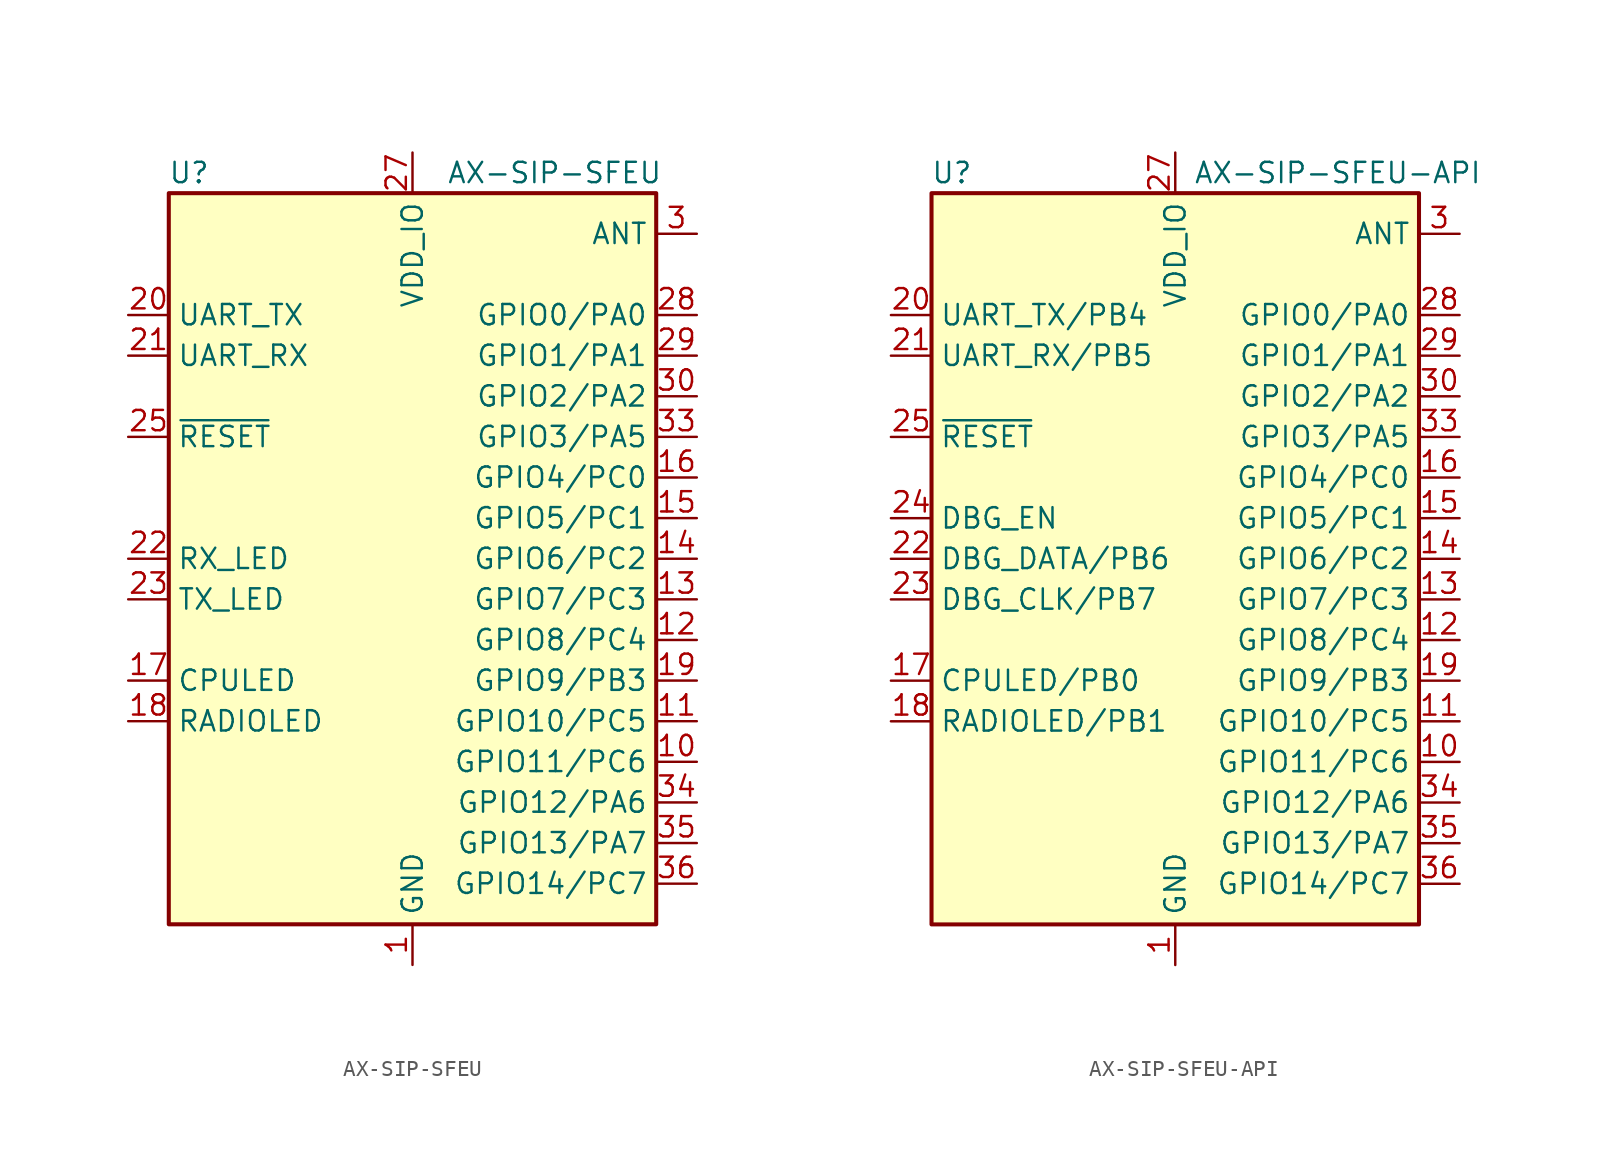
<source format=kicad_sym>
(kicad_symbol_lib
  (version 20211014)
  (generator kicad_symbol_editor)
  (symbol "AX-SIP-SFEU"
    (property "Reference" "U"
      (at -13.97 24.13 0)
      (effects (font (size 1.27 1.27))))
    (property "Value" "AX-SIP-SFEU"
      (at 8.89 24.13 0)
      (effects (font (size 1.27 1.27))))
    (symbol "AX-SIP-SFEU_0_1"
      (rectangle (start -15.24 22.86) (end 15.24 -22.86) (stroke (width 0.254) (type default) (color 0 0 0 0)) (fill (type background))))
    (symbol "AX-SIP-SFEU_1_1"
      (pin power_in line (at 0 -25.4 90) (length 2.54) (name "GND" (effects (font (size 1.27 1.27)))) (number "1" (effects (font (size 1.27 1.27)))))
      (pin bidirectional line (at 17.78 -12.7 180) (length 2.54) (name "GPIO11/PC6" (effects (font (size 1.27 1.27)))) (number "10" (effects (font (size 1.27 1.27)))))
      (pin bidirectional line (at 17.78 -10.16 180) (length 2.54) (name "GPIO10/PC5" (effects (font (size 1.27 1.27)))) (number "11" (effects (font (size 1.27 1.27)))))
      (pin bidirectional line (at 17.78 -5.08 180) (length 2.54) (name "GPIO8/PC4" (effects (font (size 1.27 1.27)))) (number "12" (effects (font (size 1.27 1.27)))))
      (pin bidirectional line (at 17.78 -2.54 180) (length 2.54) (name "GPIO7/PC3" (effects (font (size 1.27 1.27)))) (number "13" (effects (font (size 1.27 1.27)))))
      (pin bidirectional line (at 17.78 0 180) (length 2.54) (name "GPIO6/PC2" (effects (font (size 1.27 1.27)))) (number "14" (effects (font (size 1.27 1.27)))))
      (pin bidirectional line (at 17.78 2.54 180) (length 2.54) (name "GPIO5/PC1" (effects (font (size 1.27 1.27)))) (number "15" (effects (font (size 1.27 1.27)))))
      (pin bidirectional line (at 17.78 5.08 180) (length 2.54) (name "GPIO4/PC0" (effects (font (size 1.27 1.27)))) (number "16" (effects (font (size 1.27 1.27)))))
      (pin output line (at -17.78 -7.62 0) (length 2.54) (name "CPULED" (effects (font (size 1.27 1.27)))) (number "17" (effects (font (size 1.27 1.27)))))
      (pin output line (at -17.78 -10.16 0) (length 2.54) (name "RADIOLED" (effects (font (size 1.27 1.27)))) (number "18" (effects (font (size 1.27 1.27)))))
      (pin bidirectional line (at 17.78 -7.62 180) (length 2.54) (name "GPIO9/PB3" (effects (font (size 1.27 1.27)))) (number "19" (effects (font (size 1.27 1.27)))))
      (pin passive line (at 0 -25.4 90) (length 2.54) hide (name "GND" (effects (font (size 1.27 1.27)))) (number "2" (effects (font (size 1.27 1.27)))))
      (pin output line (at -17.78 15.24 0) (length 2.54) (name "UART_TX" (effects (font (size 1.27 1.27)))) (number "20" (effects (font (size 1.27 1.27)))))
      (pin input line (at -17.78 12.7 0) (length 2.54) (name "UART_RX" (effects (font (size 1.27 1.27)))) (number "21" (effects (font (size 1.27 1.27)))))
      (pin output line (at -17.78 0 0) (length 2.54) (name "RX_LED" (effects (font (size 1.27 1.27)))) (number "22" (effects (font (size 1.27 1.27)))))
      (pin output line (at -17.78 -2.54 0) (length 2.54) (name "TX_LED" (effects (font (size 1.27 1.27)))) (number "23" (effects (font (size 1.27 1.27)))))
      (pin no_connect line (at -15.24 2.54 0) (length 2.54) hide (name "NC24" (effects (font (size 1.27 1.27)))) (number "24" (effects (font (size 1.27 1.27)))))
      (pin input line (at -17.78 7.62 0) (length 2.54) (name "~{RESET}" (effects (font (size 1.27 1.27)))) (number "25" (effects (font (size 1.27 1.27)))))
      (pin passive line (at 0 -25.4 90) (length 2.54) hide (name "GND" (effects (font (size 1.27 1.27)))) (number "26" (effects (font (size 1.27 1.27)))))
      (pin power_in line (at 0 25.4 270) (length 2.54) (name "VDD_IO" (effects (font (size 1.27 1.27)))) (number "27" (effects (font (size 1.27 1.27)))))
      (pin bidirectional line (at 17.78 15.24 180) (length 2.54) (name "GPIO0/PA0" (effects (font (size 1.27 1.27)))) (number "28" (effects (font (size 1.27 1.27)))))
      (pin bidirectional line (at 17.78 12.7 180) (length 2.54) (name "GPIO1/PA1" (effects (font (size 1.27 1.27)))) (number "29" (effects (font (size 1.27 1.27)))))
      (pin passive line (at 17.78 20.32 180) (length 2.54) (name "ANT" (effects (font (size 1.27 1.27)))) (number "3" (effects (font (size 1.27 1.27)))))
      (pin bidirectional line (at 17.78 10.16 180) (length 2.54) (name "GPIO2/PA2" (effects (font (size 1.27 1.27)))) (number "30" (effects (font (size 1.27 1.27)))))
      (pin no_connect line (at 2.54 22.86 270) (length 2.54) hide (name "NC" (effects (font (size 1.27 1.27)))) (number "31" (effects (font (size 1.27 1.27)))))
      (pin no_connect line (at 5.08 22.86 270) (length 2.54) hide (name "NC" (effects (font (size 1.27 1.27)))) (number "32" (effects (font (size 1.27 1.27)))))
      (pin bidirectional line (at 17.78 7.62 180) (length 2.54) (name "GPIO3/PA5" (effects (font (size 1.27 1.27)))) (number "33" (effects (font (size 1.27 1.27)))))
      (pin bidirectional line (at 17.78 -15.24 180) (length 2.54) (name "GPIO12/PA6" (effects (font (size 1.27 1.27)))) (number "34" (effects (font (size 1.27 1.27)))))
      (pin bidirectional line (at 17.78 -17.78 180) (length 2.54) (name "GPIO13/PA7" (effects (font (size 1.27 1.27)))) (number "35" (effects (font (size 1.27 1.27)))))
      (pin bidirectional line (at 17.78 -20.32 180) (length 2.54) (name "GPIO14/PC7" (effects (font (size 1.27 1.27)))) (number "36" (effects (font (size 1.27 1.27)))))
      (pin no_connect line (at 7.62 22.86 270) (length 2.54) hide (name "NC" (effects (font (size 1.27 1.27)))) (number "37" (effects (font (size 1.27 1.27)))))
      (pin no_connect line (at 10.16 22.86 270) (length 2.54) hide (name "NC" (effects (font (size 1.27 1.27)))) (number "38" (effects (font (size 1.27 1.27)))))
      (pin passive line (at 0 -25.4 90) (length 2.54) hide (name "GND" (effects (font (size 1.27 1.27)))) (number "39" (effects (font (size 1.27 1.27)))))
      (pin passive line (at 0 -25.4 90) (length 2.54) hide (name "GND" (effects (font (size 1.27 1.27)))) (number "4" (effects (font (size 1.27 1.27)))))
      (pin passive line (at 0 -25.4 90) (length 2.54) hide (name "GND" (effects (font (size 1.27 1.27)))) (number "40" (effects (font (size 1.27 1.27)))))
      (pin passive line (at 0 -25.4 90) (length 2.54) hide (name "GND" (effects (font (size 1.27 1.27)))) (number "41" (effects (font (size 1.27 1.27)))))
      (pin passive line (at 0 -25.4 90) (length 2.54) hide (name "GND" (effects (font (size 1.27 1.27)))) (number "42" (effects (font (size 1.27 1.27)))))
      (pin passive line (at 0 -25.4 90) (length 2.54) hide (name "GND" (effects (font (size 1.27 1.27)))) (number "43" (effects (font (size 1.27 1.27)))))
      (pin passive line (at 0 -25.4 90) (length 2.54) hide (name "GND" (effects (font (size 1.27 1.27)))) (number "44" (effects (font (size 1.27 1.27)))))
      (pin no_connect line (at -10.16 22.86 270) (length 2.54) hide (name "NC" (effects (font (size 1.27 1.27)))) (number "5" (effects (font (size 1.27 1.27)))))
      (pin passive line (at 0 -25.4 90) (length 2.54) hide (name "GND" (effects (font (size 1.27 1.27)))) (number "6" (effects (font (size 1.27 1.27)))))
      (pin no_connect line (at -7.62 22.86 270) (length 2.54) hide (name "NC" (effects (font (size 1.27 1.27)))) (number "7" (effects (font (size 1.27 1.27)))))
      (pin no_connect line (at -5.08 22.86 270) (length 2.54) hide (name "NC" (effects (font (size 1.27 1.27)))) (number "8" (effects (font (size 1.27 1.27)))))
      (pin no_connect line (at -2.54 22.86 270) (length 2.54) hide (name "NC" (effects (font (size 1.27 1.27)))) (number "9" (effects (font (size 1.27 1.27)))))))
  (symbol "AX-SIP-SFEU-API"
    (property "Reference" "U"
      (at -13.97 24.13 0)
      (effects (font (size 1.27 1.27))))
    (property "Value" "AX-SIP-SFEU-API"
      (at 10.16 24.13 0)
      (effects (font (size 1.27 1.27))))
    (symbol "AX-SIP-SFEU-API_0_1"
      (rectangle (start -15.24 22.86) (end 15.24 -22.86) (stroke (width 0.254) (type default) (color 0 0 0 0)) (fill (type background))))
    (symbol "AX-SIP-SFEU-API_1_1"
      (pin power_in line (at 0 -25.4 90) (length 2.54) (name "GND" (effects (font (size 1.27 1.27)))) (number "1" (effects (font (size 1.27 1.27)))))
      (pin bidirectional line (at 17.78 -12.7 180) (length 2.54) (name "GPIO11/PC6" (effects (font (size 1.27 1.27)))) (number "10" (effects (font (size 1.27 1.27)))))
      (pin bidirectional line (at 17.78 -10.16 180) (length 2.54) (name "GPIO10/PC5" (effects (font (size 1.27 1.27)))) (number "11" (effects (font (size 1.27 1.27)))))
      (pin bidirectional line (at 17.78 -5.08 180) (length 2.54) (name "GPIO8/PC4" (effects (font (size 1.27 1.27)))) (number "12" (effects (font (size 1.27 1.27)))))
      (pin bidirectional line (at 17.78 -2.54 180) (length 2.54) (name "GPIO7/PC3" (effects (font (size 1.27 1.27)))) (number "13" (effects (font (size 1.27 1.27)))))
      (pin bidirectional line (at 17.78 0 180) (length 2.54) (name "GPIO6/PC2" (effects (font (size 1.27 1.27)))) (number "14" (effects (font (size 1.27 1.27)))))
      (pin bidirectional line (at 17.78 2.54 180) (length 2.54) (name "GPIO5/PC1" (effects (font (size 1.27 1.27)))) (number "15" (effects (font (size 1.27 1.27)))))
      (pin bidirectional line (at 17.78 5.08 180) (length 2.54) (name "GPIO4/PC0" (effects (font (size 1.27 1.27)))) (number "16" (effects (font (size 1.27 1.27)))))
      (pin output line (at -17.78 -7.62 0) (length 2.54) (name "CPULED/PB0" (effects (font (size 1.27 1.27)))) (number "17" (effects (font (size 1.27 1.27)))))
      (pin output line (at -17.78 -10.16 0) (length 2.54) (name "RADIOLED/PB1" (effects (font (size 1.27 1.27)))) (number "18" (effects (font (size 1.27 1.27)))))
      (pin bidirectional line (at 17.78 -7.62 180) (length 2.54) (name "GPIO9/PB3" (effects (font (size 1.27 1.27)))) (number "19" (effects (font (size 1.27 1.27)))))
      (pin passive line (at 0 -25.4 90) (length 2.54) hide (name "GND" (effects (font (size 1.27 1.27)))) (number "2" (effects (font (size 1.27 1.27)))))
      (pin output line (at -17.78 15.24 0) (length 2.54) (name "UART_TX/PB4" (effects (font (size 1.27 1.27)))) (number "20" (effects (font (size 1.27 1.27)))))
      (pin input line (at -17.78 12.7 0) (length 2.54) (name "UART_RX/PB5" (effects (font (size 1.27 1.27)))) (number "21" (effects (font (size 1.27 1.27)))))
      (pin bidirectional line (at -17.78 0 0) (length 2.54) (name "DBG_DATA/PB6" (effects (font (size 1.27 1.27)))) (number "22" (effects (font (size 1.27 1.27)))))
      (pin input line (at -17.78 -2.54 0) (length 2.54) (name "DBG_CLK/PB7" (effects (font (size 1.27 1.27)))) (number "23" (effects (font (size 1.27 1.27)))))
      (pin input line (at -17.78 2.54 0) (length 2.54) (name "DBG_EN" (effects (font (size 1.27 1.27)))) (number "24" (effects (font (size 1.27 1.27)))))
      (pin input line (at -17.78 7.62 0) (length 2.54) (name "~{RESET}" (effects (font (size 1.27 1.27)))) (number "25" (effects (font (size 1.27 1.27)))))
      (pin passive line (at 0 -25.4 90) (length 2.54) hide (name "GND" (effects (font (size 1.27 1.27)))) (number "26" (effects (font (size 1.27 1.27)))))
      (pin power_in line (at 0 25.4 270) (length 2.54) (name "VDD_IO" (effects (font (size 1.27 1.27)))) (number "27" (effects (font (size 1.27 1.27)))))
      (pin bidirectional line (at 17.78 15.24 180) (length 2.54) (name "GPIO0/PA0" (effects (font (size 1.27 1.27)))) (number "28" (effects (font (size 1.27 1.27)))))
      (pin bidirectional line (at 17.78 12.7 180) (length 2.54) (name "GPIO1/PA1" (effects (font (size 1.27 1.27)))) (number "29" (effects (font (size 1.27 1.27)))))
      (pin passive line (at 17.78 20.32 180) (length 2.54) (name "ANT" (effects (font (size 1.27 1.27)))) (number "3" (effects (font (size 1.27 1.27)))))
      (pin bidirectional line (at 17.78 10.16 180) (length 2.54) (name "GPIO2/PA2" (effects (font (size 1.27 1.27)))) (number "30" (effects (font (size 1.27 1.27)))))
      (pin no_connect line (at 2.54 22.86 270) (length 2.54) hide (name "NC" (effects (font (size 1.27 1.27)))) (number "31" (effects (font (size 1.27 1.27)))))
      (pin no_connect line (at 5.08 22.86 270) (length 2.54) hide (name "NC" (effects (font (size 1.27 1.27)))) (number "32" (effects (font (size 1.27 1.27)))))
      (pin bidirectional line (at 17.78 7.62 180) (length 2.54) (name "GPIO3/PA5" (effects (font (size 1.27 1.27)))) (number "33" (effects (font (size 1.27 1.27)))))
      (pin bidirectional line (at 17.78 -15.24 180) (length 2.54) (name "GPIO12/PA6" (effects (font (size 1.27 1.27)))) (number "34" (effects (font (size 1.27 1.27)))))
      (pin bidirectional line (at 17.78 -17.78 180) (length 2.54) (name "GPIO13/PA7" (effects (font (size 1.27 1.27)))) (number "35" (effects (font (size 1.27 1.27)))))
      (pin bidirectional line (at 17.78 -20.32 180) (length 2.54) (name "GPIO14/PC7" (effects (font (size 1.27 1.27)))) (number "36" (effects (font (size 1.27 1.27)))))
      (pin no_connect line (at 7.62 22.86 270) (length 2.54) hide (name "NC" (effects (font (size 1.27 1.27)))) (number "37" (effects (font (size 1.27 1.27)))))
      (pin no_connect line (at 10.16 22.86 270) (length 2.54) hide (name "NC" (effects (font (size 1.27 1.27)))) (number "38" (effects (font (size 1.27 1.27)))))
      (pin passive line (at 0 -25.4 90) (length 2.54) hide (name "GND" (effects (font (size 1.27 1.27)))) (number "39" (effects (font (size 1.27 1.27)))))
      (pin passive line (at 0 -25.4 90) (length 2.54) hide (name "GND" (effects (font (size 1.27 1.27)))) (number "4" (effects (font (size 1.27 1.27)))))
      (pin passive line (at 0 -25.4 90) (length 2.54) hide (name "GND" (effects (font (size 1.27 1.27)))) (number "40" (effects (font (size 1.27 1.27)))))
      (pin passive line (at 0 -25.4 90) (length 2.54) hide (name "GND" (effects (font (size 1.27 1.27)))) (number "41" (effects (font (size 1.27 1.27)))))
      (pin passive line (at 0 -25.4 90) (length 2.54) hide (name "GND" (effects (font (size 1.27 1.27)))) (number "42" (effects (font (size 1.27 1.27)))))
      (pin passive line (at 0 -25.4 90) (length 2.54) hide (name "GND" (effects (font (size 1.27 1.27)))) (number "43" (effects (font (size 1.27 1.27)))))
      (pin passive line (at 0 -25.4 90) (length 2.54) hide (name "GND" (effects (font (size 1.27 1.27)))) (number "44" (effects (font (size 1.27 1.27)))))
      (pin no_connect line (at -10.16 22.86 270) (length 2.54) hide (name "NC" (effects (font (size 1.27 1.27)))) (number "5" (effects (font (size 1.27 1.27)))))
      (pin passive line (at 0 -25.4 90) (length 2.54) hide (name "GND" (effects (font (size 1.27 1.27)))) (number "6" (effects (font (size 1.27 1.27)))))
      (pin no_connect line (at -7.62 22.86 270) (length 2.54) hide (name "NC" (effects (font (size 1.27 1.27)))) (number "7" (effects (font (size 1.27 1.27)))))
      (pin no_connect line (at -5.08 22.86 270) (length 2.54) hide (name "NC" (effects (font (size 1.27 1.27)))) (number "8" (effects (font (size 1.27 1.27)))))
      (pin no_connect line (at -2.54 22.86 270) (length 2.54) hide (name "NC" (effects (font (size 1.27 1.27)))) (number "9" (effects (font (size 1.27 1.27))))))))
</source>
